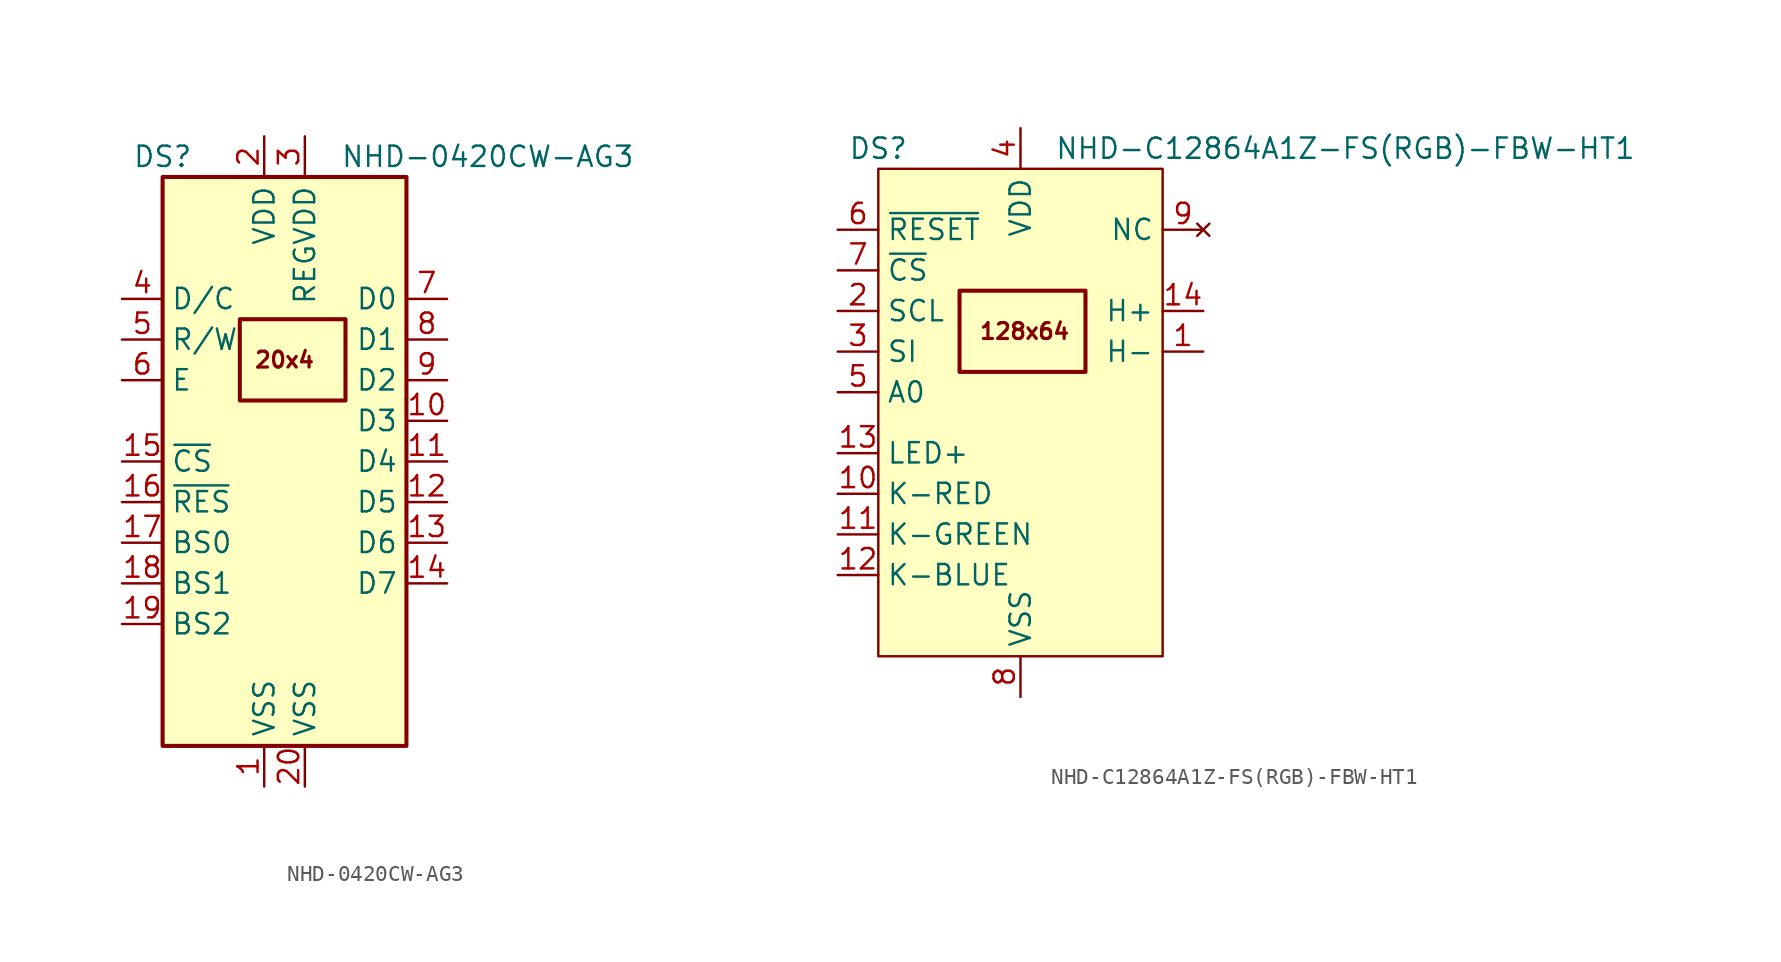
<source format=kicad_sym>
(kicad_symbol_lib
  (version 20220914)
  (generator kicad_symbol_editor)
  (symbol "NHD-0420CW-AG3"
    (property "Reference" "DS"
      (at -7.62 12.7 0)
      (effects (font (size 1.27 1.27))))
    (property "Value" "NHD-0420CW-AG3"
      (at 12.7 12.7 0)
      (effects (font (size 1.27 1.27))))
    (symbol "NHD-0420CW-AG3_0_0"
      (rectangle (start -2.794 2.54) (end 3.81 -2.54) (stroke (width 0.254) (type default)) (fill (type background))))
    (symbol "NHD-0420CW-AG3_0_1"
      (rectangle (start -7.62 11.43) (end 7.62 -24.13) (stroke (width 0.254) (type default)) (fill (type background))))
    (symbol "NHD-0420CW-AG3_1_0"
      (text "20x4" (at 0 0 0) (effects (font (size 0.991 0.991) bold))))
    (symbol "NHD-0420CW-AG3_1_1"
      (pin power_in line (at -1.27 -26.67 90) (length 2.54) (name "VSS" (effects (font (size 1.27 1.27)))) (number "1" (effects (font (size 1.27 1.27)))))
      (pin bidirectional line (at 10.16 -3.81 180) (length 2.54) (name "D3" (effects (font (size 1.27 1.27)))) (number "10" (effects (font (size 1.27 1.27)))))
      (pin bidirectional line (at 10.16 -6.35 180) (length 2.54) (name "D4" (effects (font (size 1.27 1.27)))) (number "11" (effects (font (size 1.27 1.27)))))
      (pin bidirectional line (at 10.16 -8.89 180) (length 2.54) (name "D5" (effects (font (size 1.27 1.27)))) (number "12" (effects (font (size 1.27 1.27)))))
      (pin bidirectional line (at 10.16 -11.43 180) (length 2.54) (name "D6" (effects (font (size 1.27 1.27)))) (number "13" (effects (font (size 1.27 1.27)))))
      (pin bidirectional line (at 10.16 -13.97 180) (length 2.54) (name "D7" (effects (font (size 1.27 1.27)))) (number "14" (effects (font (size 1.27 1.27)))))
      (pin input line (at -10.16 -6.35 0) (length 2.54) (name "~{CS}" (effects (font (size 1.27 1.27)))) (number "15" (effects (font (size 1.27 1.27)))))
      (pin input line (at -10.16 -8.89 0) (length 2.54) (name "~{RES}" (effects (font (size 1.27 1.27)))) (number "16" (effects (font (size 1.27 1.27)))))
      (pin input line (at -10.16 -11.43 0) (length 2.54) (name "BS0" (effects (font (size 1.27 1.27)))) (number "17" (effects (font (size 1.27 1.27)))))
      (pin input line (at -10.16 -13.97 0) (length 2.54) (name "BS1" (effects (font (size 1.27 1.27)))) (number "18" (effects (font (size 1.27 1.27)))))
      (pin input line (at -10.16 -16.51 0) (length 2.54) (name "BS2" (effects (font (size 1.27 1.27)))) (number "19" (effects (font (size 1.27 1.27)))))
      (pin power_in line (at -1.27 13.97 270) (length 2.54) (name "VDD" (effects (font (size 1.27 1.27)))) (number "2" (effects (font (size 1.27 1.27)))))
      (pin power_in line (at 1.27 -26.67 90) (length 2.54) (name "VSS" (effects (font (size 1.27 1.27)))) (number "20" (effects (font (size 1.27 1.27)))))
      (pin power_in line (at 1.27 13.97 270) (length 2.54) (name "REGVDD" (effects (font (size 1.27 1.27)))) (number "3" (effects (font (size 1.27 1.27)))))
      (pin input line (at -10.16 3.81 0) (length 2.54) (name "D/C" (effects (font (size 1.27 1.27)))) (number "4" (effects (font (size 1.27 1.27)))))
      (pin input line (at -10.16 1.27 0) (length 2.54) (name "R/W" (effects (font (size 1.27 1.27)))) (number "5" (effects (font (size 1.27 1.27)))))
      (pin input line (at -10.16 -1.27 0) (length 2.54) (name "E" (effects (font (size 1.27 1.27)))) (number "6" (effects (font (size 1.27 1.27)))))
      (pin bidirectional line (at 10.16 3.81 180) (length 2.54) (name "D0" (effects (font (size 1.27 1.27)))) (number "7" (effects (font (size 1.27 1.27)))))
      (pin bidirectional line (at 10.16 1.27 180) (length 2.54) (name "D1" (effects (font (size 1.27 1.27)))) (number "8" (effects (font (size 1.27 1.27)))))
      (pin bidirectional line (at 10.16 -1.27 180) (length 2.54) (name "D2" (effects (font (size 1.27 1.27)))) (number "9" (effects (font (size 1.27 1.27)))))))
  (symbol "NHD-C12864A1Z-FS(RGB)-FBW-HT1"
    (property "Reference" "DS"
      (at -8.89 16.51 0)
      (effects (font (size 1.27 1.27))))
    (property "Value" "NHD-C12864A1Z-FS(RGB)-FBW-HT1"
      (at 20.32 16.51 0)
      (effects (font (size 1.27 1.27))))
    (symbol "NHD-C12864A1Z-FS(RGB)-FBW-HT1_0_0"
      (rectangle (start -3.81 7.62) (end 4.064 2.54) (stroke (width 0.254) (type default)) (fill (type background))))
    (symbol "NHD-C12864A1Z-FS(RGB)-FBW-HT1_1_0"
      (text "128x64" (at 0.254 5.08 0) (effects (font (size 0.991 0.991) bold))))
    (symbol "NHD-C12864A1Z-FS(RGB)-FBW-HT1_1_1"
      (rectangle (start -8.89 15.24) (end 8.89 -15.24) (stroke (width 0) (type default)) (fill (type background)))
      (pin power_in line (at 11.43 3.81 180) (length 2.54) (name "H-" (effects (font (size 1.27 1.27)))) (number "1" (effects (font (size 1.27 1.27)))))
      (pin power_in line (at -11.43 -5.08 0) (length 2.54) (name "K-RED" (effects (font (size 1.27 1.27)))) (number "10" (effects (font (size 1.27 1.27)))))
      (pin power_in line (at -11.43 -7.62 0) (length 2.54) (name "K-GREEN" (effects (font (size 1.27 1.27)))) (number "11" (effects (font (size 1.27 1.27)))))
      (pin power_in line (at -11.43 -10.16 0) (length 2.54) (name "K-BLUE" (effects (font (size 1.27 1.27)))) (number "12" (effects (font (size 1.27 1.27)))))
      (pin power_in line (at -11.43 -2.54 0) (length 2.54) (name "LED+" (effects (font (size 1.27 1.27)))) (number "13" (effects (font (size 1.27 1.27)))))
      (pin power_in line (at 11.43 6.35 180) (length 2.54) (name "H+" (effects (font (size 1.27 1.27)))) (number "14" (effects (font (size 1.27 1.27)))))
      (pin input line (at -11.43 6.35 0) (length 2.54) (name "SCL" (effects (font (size 1.27 1.27)))) (number "2" (effects (font (size 1.27 1.27)))))
      (pin input line (at -11.43 3.81 0) (length 2.54) (name "SI" (effects (font (size 1.27 1.27)))) (number "3" (effects (font (size 1.27 1.27)))))
      (pin power_in line (at 0 17.78 270) (length 2.54) (name "VDD" (effects (font (size 1.27 1.27)))) (number "4" (effects (font (size 1.27 1.27)))))
      (pin input line (at -11.43 1.27 0) (length 2.54) (name "A0" (effects (font (size 1.27 1.27)))) (number "5" (effects (font (size 1.27 1.27)))))
      (pin input line (at -11.43 11.43 0) (length 2.54) (name "~{RESET}" (effects (font (size 1.27 1.27)))) (number "6" (effects (font (size 1.27 1.27)))))
      (pin input line (at -11.43 8.89 0) (length 2.54) (name "~{CS}" (effects (font (size 1.27 1.27)))) (number "7" (effects (font (size 1.27 1.27)))))
      (pin power_in line (at 0 -17.78 90) (length 2.54) (name "VSS" (effects (font (size 1.27 1.27)))) (number "8" (effects (font (size 1.27 1.27)))))
      (pin no_connect line (at 11.43 11.43 180) (length 2.54) (name "NC" (effects (font (size 1.27 1.27)))) (number "9" (effects (font (size 1.27 1.27))))))))
</source>
